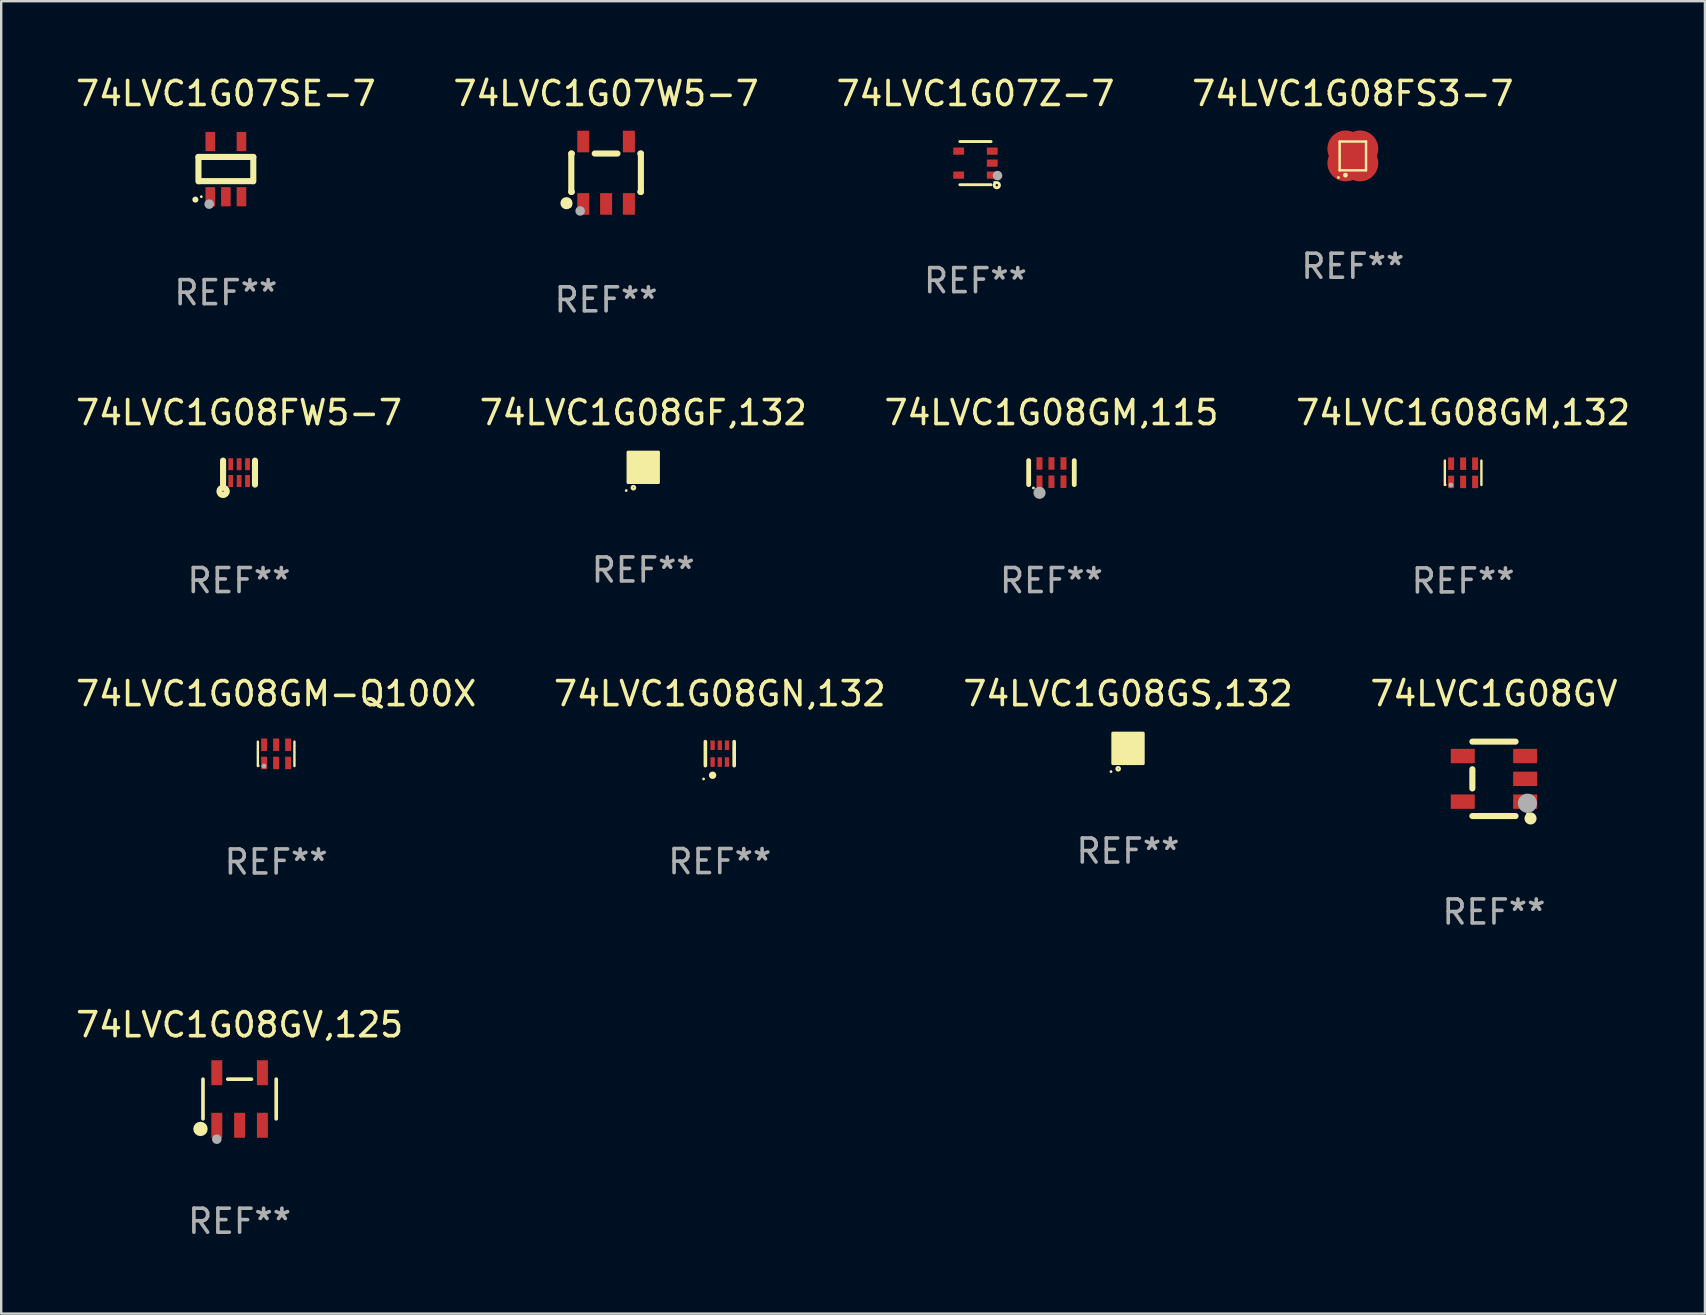
<source format=kicad_pcb>
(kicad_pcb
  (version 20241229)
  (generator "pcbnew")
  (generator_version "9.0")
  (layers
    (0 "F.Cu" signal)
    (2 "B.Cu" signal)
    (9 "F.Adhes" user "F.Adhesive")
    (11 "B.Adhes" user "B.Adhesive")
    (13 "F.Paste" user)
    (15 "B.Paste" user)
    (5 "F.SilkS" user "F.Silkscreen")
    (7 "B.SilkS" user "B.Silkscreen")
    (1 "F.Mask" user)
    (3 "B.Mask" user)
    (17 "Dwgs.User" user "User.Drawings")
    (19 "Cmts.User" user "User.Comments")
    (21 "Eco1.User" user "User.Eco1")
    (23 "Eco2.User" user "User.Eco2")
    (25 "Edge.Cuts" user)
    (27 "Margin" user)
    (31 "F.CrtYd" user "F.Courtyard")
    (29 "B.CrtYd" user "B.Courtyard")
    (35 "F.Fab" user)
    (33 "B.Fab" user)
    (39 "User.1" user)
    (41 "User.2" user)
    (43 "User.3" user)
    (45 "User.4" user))
  (footprint "74LVC1G08GN,132"
    (layer "F.Cu")
    (at 26.946 28.357)
    (property "Reference" "74LVC1G08GN,132" (at 0 -2.5 0) (layer "F.SilkS") (effects (font (size 1 1) (thickness 0.15))))
    (attr through_hole)
    (fp_line (start -0.6 -0.5) (end -0.6 0.5) (stroke (width 0.15) (type solid)) (layer "F.SilkS"))
    (fp_line (start 0.6 0.5) (end 0.6 -0.5) (stroke (width 0.15) (type solid)) (layer "F.SilkS"))
    (fp_circle (center -0.675 1.055) (end -0.645 1.055) (stroke (width 0.06) (type solid)) (fill no) (layer "F.SilkS"))
    (fp_circle (center -0.3 0.9) (end -0.22 0.9) (stroke (width 0.15) (type solid)) (fill no) (layer "F.SilkS"))
    (fp_text user "REF**" (at 0 4.5 0) (layer "F.Fab") (effects (font (size 1 1) (thickness 0.15))))
    (pad "1" smd rect (at -0.3 0.35) (size 0.18 0.4) (layers "F.Cu" "F.Mask" "F.Paste"))
    (pad "2" smd rect (at 0.000025 0.35) (size 0.18 0.4) (layers "F.Cu" "F.Mask" "F.Paste"))
    (pad "3" smd rect (at 0.3 0.35) (size 0.18 0.4) (layers "F.Cu" "F.Mask" "F.Paste"))
    (pad "4" smd rect (at 0.3 -0.35) (size 0.18 0.4) (layers "F.Cu" "F.Mask" "F.Paste"))
    (pad "5" smd rect (at 0.000025 -0.35) (size 0.18 0.4) (layers "F.Cu" "F.Mask" "F.Paste"))
    (pad "6" smd rect (at -0.3 -0.35) (size 0.18 0.4) (layers "F.Cu" "F.Mask" "F.Paste")))
  (footprint "74LVC1G08GF,132"
    (layer "F.Cu")
    (at 23.756 16.425)
    (property "Reference" "74LVC1G08GF,132" (at 0 -2.28 0) (layer "F.SilkS") (effects (font (size 1 1) (thickness 0.15))))
    (attr through_hole)
    (fp_circle (center -0.71 0.968) (end -0.68 0.968) (stroke (width 0.06) (type solid)) (fill no) (layer "F.SilkS"))
    (fp_circle (center -0.41 0.85) (end -0.342 0.85) (stroke (width 0.1) (type solid)) (fill no) (layer "F.SilkS"))
    (fp_poly (pts (xy -0.635 -0.635) (xy 0.635 -0.635) (xy 0.635 0.635) (xy -0.635 0.635)) (stroke (width 0.12) (type solid)) (fill yes) (layer "F.SilkS"))
    (fp_text user "REF**" (at 0 4.28 0) (layer "F.Fab") (effects (font (size 1 1) (thickness 0.15))))
    (pad "1" smd rect (at -0.35 0.28 90) (size 0.35 0.2) (layers "F.Cu" "F.Mask" "F.Paste"))
    (pad "2" smd rect (at 0 0.28 90) (size 0.35 0.2) (layers "F.Cu" "F.Mask" "F.Paste"))
    (pad "3" smd rect (at 0.35 0.28 90) (size 0.35 0.2) (layers "F.Cu" "F.Mask" "F.Paste"))
    (pad "4" smd rect (at 0.35 -0.28 90) (size 0.35 0.2) (layers "F.Cu" "F.Mask" "F.Paste"))
    (pad "5" smd rect (at 0 -0.28 90) (size 0.35 0.2) (layers "F.Cu" "F.Mask" "F.Paste"))
    (pad "6" smd rect (at -0.35 -0.28 90) (size 0.35 0.2) (layers "F.Cu" "F.Mask" "F.Paste")))
  (footprint "74LVC1G08GM,115"
    (layer "F.Cu")
    (at 40.768 16.645)
    (property "Reference" "74LVC1G08GM,115" (at 0 -2.5 0) (layer "F.SilkS") (effects (font (size 1 1) (thickness 0.15))))
    (attr through_hole)
    (fp_line (start -0.95 0.5) (end -0.95 -0.5) (stroke (width 0.2) (type solid)) (layer "F.SilkS"))
    (fp_line (start 0.95 0.5) (end 0.95 -0.5) (stroke (width 0.2) (type solid)) (layer "F.SilkS"))
    (fp_circle (center -0.75 0.64) (end -0.72 0.64) (stroke (width 0.06) (type solid)) (fill no) (layer "F.SilkS"))
    (fp_circle (center -0.498 0.842) (end -0.371 0.842) (stroke (width 0.254) (type solid)) (fill no) (layer "F.Fab"))
    (fp_text user "REF**" (at 0 4.5 0) (layer "F.Fab") (effects (font (size 1 1) (thickness 0.15))))
    (pad "1" smd rect (at -0.5 0.38) (size 0.25 0.52) (layers "F.Cu" "F.Mask" "F.Paste"))
    (pad "2" smd rect (at 0 0.38) (size 0.25 0.52) (layers "F.Cu" "F.Mask" "F.Paste"))
    (pad "3" smd rect (at 0.5 0.38) (size 0.25 0.52) (layers "F.Cu" "F.Mask" "F.Paste"))
    (pad "4" smd rect (at 0.5 -0.38 180) (size 0.25 0.52) (layers "F.Cu" "F.Mask" "F.Paste"))
    (pad "5" smd rect (at 0 -0.38 180) (size 0.25 0.52) (layers "F.Cu" "F.Mask" "F.Paste"))
    (pad "6" smd rect (at -0.5 -0.38 180) (size 0.25 0.52) (layers "F.Cu" "F.Mask" "F.Paste")))
  (footprint "74LVC1G08GV,125"
    (layer "F.Cu")
    (at 6.935 42.749)
    (property "Reference" "74LVC1G08GV,125" (at 0 -3.095 0) (layer "F.SilkS") (effects (font (size 1 1) (thickness 0.15))))
    (attr through_hole)
    (fp_line (start -1.526 0.826) (end -1.526 -0.826) (stroke (width 0.152) (type solid)) (layer "F.SilkS"))
    (fp_line (start 0.494 -0.826) (end -0.494 -0.826) (stroke (width 0.152) (type solid)) (layer "F.SilkS"))
    (fp_line (start 1.526 0.826) (end 1.526 -0.826) (stroke (width 0.152) (type solid)) (layer "F.SilkS"))
    (fp_circle (center -1.63 1.247) (end -1.48 1.247) (stroke (width 0.3) (type solid)) (fill no) (layer "F.SilkS"))
    (fp_circle (center -1.45 1.375) (end -1.42 1.375) (stroke (width 0.06) (type solid)) (fill no) (layer "F.SilkS"))
    (fp_circle (center -0.95 1.675) (end -0.85 1.675) (stroke (width 0.2) (type solid)) (fill no) (layer "F.Fab"))
    (fp_text user "REF**" (at 0 5.095 0) (layer "F.Fab") (effects (font (size 1 1) (thickness 0.15))))
    (pad "1" smd rect (at -0.95 1.095) (size 0.455 1.04) (layers "F.Cu" "F.Mask" "F.Paste"))
    (pad "2" smd rect (at 0 1.095) (size 0.455 1.04) (layers "F.Cu" "F.Mask" "F.Paste"))
    (pad "3" smd rect (at 0.95 1.095) (size 0.455 1.04) (layers "F.Cu" "F.Mask" "F.Paste"))
    (pad "4" smd rect (at 0.95 -1.095) (size 0.455 1.04) (layers "F.Cu" "F.Mask" "F.Paste"))
    (pad "5" smd rect (at -0.95 -1.095) (size 0.455 1.04) (layers "F.Cu" "F.Mask" "F.Paste")))
  (footprint "74LVC1G08GM-Q100X"
    (layer "F.Cu")
    (at 8.458 28.365)
    (property "Reference" "74LVC1G08GM-Q100X" (at 0 -2.508 0) (layer "F.SilkS") (effects (font (size 1 1) (thickness 0.15))))
    (attr through_hole)
    (fp_line (start -0.762 -0.508) (end -0.762 0.508) (stroke (width 0.1) (type solid)) (layer "F.SilkS"))
    (fp_line (start 0.762 -0.508) (end 0.762 0.508) (stroke (width 0.1) (type solid)) (layer "F.SilkS"))
    (fp_circle (center -0.725 0.5) (end -0.705 0.5) (stroke (width 0.04) (type solid)) (fill no) (layer "F.SilkS"))
    (fp_circle (center -0.508 0.508) (end -0.458 0.508) (stroke (width 0.1) (type solid)) (fill no) (layer "F.Fab"))
    (fp_text user "REF**" (at 0 4.508 0) (layer "F.Fab") (effects (font (size 1 1) (thickness 0.15))))
    (pad "1" smd rect (at -0.5 0.38) (size 0.25 0.52) (layers "F.Cu" "F.Mask" "F.Paste"))
    (pad "2" smd rect (at -0.000127 0.38) (size 0.25 0.52) (layers "F.Cu" "F.Mask" "F.Paste"))
    (pad "3" smd rect (at 0.5 0.38) (size 0.25 0.52) (layers "F.Cu" "F.Mask" "F.Paste"))
    (pad "4" smd rect (at 0.5 -0.38 180) (size 0.25 0.52) (layers "F.Cu" "F.Mask" "F.Paste"))
    (pad "5" smd rect (at -0.000127 -0.38 180) (size 0.25 0.52) (layers "F.Cu" "F.Mask" "F.Paste"))
    (pad "6" smd rect (at -0.5 -0.38 180) (size 0.25 0.52) (layers "F.Cu" "F.Mask" "F.Paste")))
  (footprint "74LVC1G08GS,132"
    (layer "F.Cu")
    (at 43.958 28.137)
    (property "Reference" "74LVC1G08GS,132" (at 0 -2.28 0) (layer "F.SilkS") (effects (font (size 1 1) (thickness 0.15))))
    (attr through_hole)
    (fp_circle (center -0.71 0.968) (end -0.68 0.968) (stroke (width 0.06) (type solid)) (fill no) (layer "F.SilkS"))
    (fp_circle (center -0.41 0.85) (end -0.342 0.85) (stroke (width 0.1) (type solid)) (fill no) (layer "F.SilkS"))
    (fp_poly (pts (xy -0.635 -0.635) (xy 0.635 -0.635) (xy 0.635 0.635) (xy -0.635 0.635)) (stroke (width 0.12) (type solid)) (fill yes) (layer "F.SilkS"))
    (fp_text user "REF**" (at 0 4.28 0) (layer "F.Fab") (effects (font (size 1 1) (thickness 0.15))))
    (pad "1" smd rect (at -0.35 0.28 90) (size 0.35 0.2) (layers "F.Cu" "F.Mask" "F.Paste"))
    (pad "2" smd rect (at 0 0.28 90) (size 0.35 0.2) (layers "F.Cu" "F.Mask" "F.Paste"))
    (pad "3" smd rect (at 0.35 0.28 90) (size 0.35 0.2) (layers "F.Cu" "F.Mask" "F.Paste"))
    (pad "4" smd rect (at 0.35 -0.28 90) (size 0.35 0.2) (layers "F.Cu" "F.Mask" "F.Paste"))
    (pad "5" smd rect (at 0 -0.28 90) (size 0.35 0.2) (layers "F.Cu" "F.Mask" "F.Paste"))
    (pad "6" smd rect (at -0.35 -0.28 90) (size 0.35 0.2) (layers "F.Cu" "F.Mask" "F.Paste")))
  (footprint "74LVC1G07Z-7"
    (layer "F.Cu")
    (at 37.601 3.748)
    (property "Reference" "74LVC1G07Z-7" (at 0 -2.9 0) (layer "F.SilkS") (effects (font (size 1 1) (thickness 0.15))))
    (attr through_hole)
    (fp_line (start -0.65 -0.9) (end 0.65 -0.9) (stroke (width 0.12) (type solid)) (layer "F.SilkS"))
    (fp_line (start -0.65 0.9) (end 0.65 0.9) (stroke (width 0.12) (type solid)) (layer "F.SilkS"))
    (fp_circle (center 0.8 0.8) (end 0.83 0.8) (stroke (width 0.06) (type solid)) (fill no) (layer "F.SilkS"))
    (fp_circle (center 0.89 0.92) (end 0.94 0.92) (stroke (width 0.12) (type solid)) (fill no) (layer "F.SilkS"))
    (fp_circle (center 0.92 0.52) (end 1.02 0.52) (stroke (width 0.2) (type solid)) (fill no) (layer "F.Fab"))
    (fp_text user "REF**" (at 0 4.9 0) (layer "F.Fab") (effects (font (size 1 1) (thickness 0.15))))
    (pad "1" smd rect (at 0.7 0.5) (size 0.45 0.3) (layers "F.Cu" "F.Mask" "F.Paste"))
    (pad "2" smd rect (at 0.7 -0.000356) (size 0.45 0.3) (layers "F.Cu" "F.Mask" "F.Paste"))
    (pad "3" smd rect (at 0.7 -0.5) (size 0.45 0.3) (layers "F.Cu" "F.Mask" "F.Paste"))
    (pad "4" smd rect (at -0.7 -0.5) (size 0.45 0.3) (layers "F.Cu" "F.Mask" "F.Paste"))
    (pad "5" smd rect (at -0.7 0.5) (size 0.45 0.3) (layers "F.Cu" "F.Mask" "F.Paste")))
  (footprint "74LVC1G07W5-7"
    (layer "F.Cu")
    (at 22.208 4.148)
    (property "Reference" "74LVC1G07W5-7" (at 0 -3.3 0) (layer "F.SilkS") (effects (font (size 1 1) (thickness 0.15))))
    (attr through_hole)
    (fp_line (start -1.45 0.8) (end -1.45 -0.8) (stroke (width 0.254) (type solid)) (layer "F.SilkS"))
    (fp_line (start -1.45 0.8) (end -1.426 0.8) (stroke (width 0.254) (type solid)) (layer "F.SilkS"))
    (fp_line (start -1.426 -0.8) (end -1.45 -0.8) (stroke (width 0.254) (type solid)) (layer "F.SilkS"))
    (fp_line (start 0.474 -0.8) (end -0.474 -0.8) (stroke (width 0.254) (type solid)) (layer "F.SilkS"))
    (fp_line (start 1.426 0.8) (end 1.45 0.8) (stroke (width 0.254) (type solid)) (layer "F.SilkS"))
    (fp_line (start 1.45 -0.8) (end 1.426 -0.8) (stroke (width 0.254) (type solid)) (layer "F.SilkS"))
    (fp_line (start 1.45 0.8) (end 1.45 -0.8) (stroke (width 0.254) (type solid)) (layer "F.SilkS"))
    (fp_circle (center -1.651 1.27) (end -1.524 1.27) (stroke (width 0.254) (type solid)) (fill no) (layer "F.SilkS"))
    (fp_circle (center -1.5 1.4) (end -1.47 1.4) (stroke (width 0.06) (type solid)) (fill no) (layer "F.SilkS"))
    (fp_circle (center -1.081 1.593) (end -0.981 1.593) (stroke (width 0.2) (type solid)) (fill no) (layer "F.Fab"))
    (fp_text user "REF**" (at 0 5.3 0) (layer "F.Fab") (effects (font (size 1 1) (thickness 0.15))))
    (pad "1" smd rect (at -0.95 1.3) (size 0.5 0.9) (layers "F.Cu" "F.Mask" "F.Paste"))
    (pad "2" smd rect (at 0 1.3) (size 0.5 0.9) (layers "F.Cu" "F.Mask" "F.Paste"))
    (pad "3" smd rect (at 0.95 1.3) (size 0.5 0.9) (layers "F.Cu" "F.Mask" "F.Paste"))
    (pad "4" smd rect (at 0.95 -1.3) (size 0.5 0.9) (layers "F.Cu" "F.Mask" "F.Paste"))
    (pad "5" smd rect (at -0.95 -1.3) (size 0.5 0.9) (layers "F.Cu" "F.Mask" "F.Paste")))
  (footprint "74LVC1G08FW5-7"
    (layer "F.Cu")
    (at 6.911 16.645)
    (property "Reference" "74LVC1G08FW5-7" (at 0 -2.5 0) (layer "F.SilkS") (effects (font (size 1 1) (thickness 0.15))))
    (attr through_hole)
    (fp_line (start -0.665 0.5) (end -0.665 -0.5) (stroke (width 0.254) (type solid)) (layer "F.SilkS"))
    (fp_line (start 0.665 0.5) (end 0.665 -0.5) (stroke (width 0.254) (type solid)) (layer "F.SilkS"))
    (fp_circle (center -0.817 0.933) (end -0.787 0.933) (stroke (width 0.06) (type solid)) (fill no) (layer "F.SilkS"))
    (fp_circle (center -0.665 0.78) (end -0.64 0.78) (stroke (width 0.254) (type solid)) (fill no) (layer "F.SilkS"))
    (fp_text user "REF**" (at 0 4.5 0) (layer "F.Fab") (effects (font (size 1 1) (thickness 0.15))))
    (pad "1" smd rect (at -0.345 0.35 180) (size 0.2 0.5) (layers "F.Cu" "F.Mask" "F.Paste"))
    (pad "2" smd rect (at 0.005 0.35 180) (size 0.2 0.5) (layers "F.Cu" "F.Mask" "F.Paste"))
    (pad "3" smd rect (at 0.355 0.35 180) (size 0.2 0.5) (layers "F.Cu" "F.Mask" "F.Paste"))
    (pad "4" smd rect (at 0.355 -0.35 180) (size 0.2 0.5) (layers "F.Cu" "F.Mask" "F.Paste"))
    (pad "5" smd rect (at 0.005 -0.35 180) (size 0.2 0.5) (layers "F.Cu" "F.Mask" "F.Paste"))
    (pad "6" smd rect (at -0.345 -0.35 180) (size 0.2 0.5) (layers "F.Cu" "F.Mask" "F.Paste")))
  (footprint "74LVC1G08FS3-7"
    (layer "F.Cu")
    (at 53.327 3.448)
    (property "Reference" "74LVC1G08FS3-7" (at 0 -2.6 0) (layer "F.SilkS") (effects (font (size 1 1) (thickness 0.15))))
    (attr through_hole)
    (fp_line (start -0.55 -0.6) (end -0.55 0.6) (stroke (width 0.102) (type solid)) (layer "F.SilkS"))
    (fp_line (start 0.55 -0.6) (end -0.55 -0.6) (stroke (width 0.102) (type solid)) (layer "F.SilkS"))
    (fp_line (start 0.55 0.6) (end -0.55 0.6) (stroke (width 0.1) (type solid)) (layer "F.SilkS"))
    (fp_line (start 0.55 0.6) (end 0.55 -0.6) (stroke (width 0.1) (type solid)) (layer "F.SilkS"))
    (fp_circle (center -0.601 0.9) (end -0.571 0.9) (stroke (width 0.06) (type solid)) (fill no) (layer "F.SilkS"))
    (fp_circle (center -0.31 0.8) (end -0.26 0.8) (stroke (width 0.1) (type solid)) (fill no) (layer "F.SilkS"))
    (fp_text user "REF**" (at 0 4.6 0) (layer "F.Fab") (effects (font (size 1 1) (thickness 0.15))))
    (pad "1" smd custom (at -0.3 0.3 270) (size 1.524 1.524) (layers "F.Cu" "F.Mask" "F.Paste") (options (anchor circle)) (primitives (gr_poly (pts (xy -0.1 -0.2) (xy 0.012 -0.2) (xy 0.25 0.038) (xy 0.25 0.15) (xy -0.1 0.15)) (width 0) (fill yes))))
    (pad "2" smd custom (at 0.3 0.3 270) (size 1.524 1.524) (layers "F.Cu" "F.Mask" "F.Paste") (options (anchor circle)) (primitives (gr_poly (pts (xy 0.1 -0.2) (xy 0.1 0.15) (xy -0.25 0.15) (xy -0.25 0.038) (xy -0.012 -0.2)) (width 0) (fill yes))))
    (pad "3" smd rect (at 0.000102 -0.000102 315) (size 0.35 0.35) (layers "F.Cu" "F.Mask" "F.Paste"))
    (pad "4" smd custom (at 0.3 -0.3 270) (size 1.524 1.524) (layers "F.Cu" "F.Mask" "F.Paste") (options (anchor circle)) (primitives (gr_poly (pts (xy 0.1 -0.15) (xy 0.1 0.2) (xy -0.012 0.2) (xy -0.25 -0.038) (xy -0.25 -0.15)) (width 0) (fill yes))))
    (pad "5" smd custom (at -0.3 -0.3 270) (size 1.524 1.524) (layers "F.Cu" "F.Mask" "F.Paste") (options (anchor circle)) (primitives (gr_poly (pts (xy 0.25 -0.15) (xy 0.25 -0.03) (xy 0.012 0.2) (xy -0.1 0.2) (xy -0.1 -0.15)) (width 0) (fill yes)))))
  (footprint "74LVC1G08GV"
    (layer "F.Cu")
    (at 59.208 29.407)
    (property "Reference" "74LVC1G08GV" (at 0 -3.55 0) (layer "F.SilkS") (effects (font (size 1 1) (thickness 0.15))))
    (attr through_hole)
    (fp_line (start -0.9 -1.55) (end 0.9 -1.55) (stroke (width 0.254) (type solid)) (layer "F.SilkS"))
    (fp_line (start -0.9 0.4) (end -0.9 -0.4) (stroke (width 0.254) (type solid)) (layer "F.SilkS"))
    (fp_line (start -0.9 1.55) (end 0.9 1.55) (stroke (width 0.254) (type solid)) (layer "F.SilkS"))
    (fp_circle (center 1.4 1.45) (end 1.43 1.45) (stroke (width 0.06) (type solid)) (fill no) (layer "F.SilkS"))
    (fp_circle (center 1.524 1.651) (end 1.651 1.651) (stroke (width 0.254) (type solid)) (fill no) (layer "F.SilkS"))
    (fp_circle (center 1.397 1.016) (end 1.597 1.016) (stroke (width 0.4) (type solid)) (fill no) (layer "F.Fab"))
    (fp_text user "REF**" (at 0 5.55 0) (layer "F.Fab") (effects (font (size 1 1) (thickness 0.15))))
    (pad "1" smd rect (at 1.3 0.95) (size 1 0.6) (layers "F.Cu" "F.Mask" "F.Paste"))
    (pad "2" smd rect (at 1.3 -0.000051) (size 1 0.6) (layers "F.Cu" "F.Mask" "F.Paste"))
    (pad "3" smd rect (at 1.3 -0.95) (size 1 0.6) (layers "F.Cu" "F.Mask" "F.Paste"))
    (pad "4" smd rect (at -1.3 -0.95) (size 1 0.6) (layers "F.Cu" "F.Mask" "F.Paste"))
    (pad "5" smd rect (at -1.3 0.95) (size 1 0.6) (layers "F.Cu" "F.Mask" "F.Paste")))
  (footprint "74LVC1G08GM,132"
    (layer "F.Cu")
    (at 57.923 16.653)
    (property "Reference" "74LVC1G08GM,132" (at 0 -2.508 0) (layer "F.SilkS") (effects (font (size 1 1) (thickness 0.15))))
    (attr through_hole)
    (fp_line (start -0.762 -0.508) (end -0.762 0.508) (stroke (width 0.1) (type solid)) (layer "F.SilkS"))
    (fp_line (start 0.762 -0.508) (end 0.762 0.508) (stroke (width 0.1) (type solid)) (layer "F.SilkS"))
    (fp_circle (center -0.725 0.5) (end -0.705 0.5) (stroke (width 0.04) (type solid)) (fill no) (layer "F.SilkS"))
    (fp_circle (center -0.508 0.508) (end -0.458 0.508) (stroke (width 0.1) (type solid)) (fill no) (layer "F.Fab"))
    (fp_text user "REF**" (at 0 4.508 0) (layer "F.Fab") (effects (font (size 1 1) (thickness 0.15))))
    (pad "1" smd rect (at -0.5 0.38) (size 0.25 0.52) (layers "F.Cu" "F.Mask" "F.Paste"))
    (pad "2" smd rect (at -0.000127 0.38) (size 0.25 0.52) (layers "F.Cu" "F.Mask" "F.Paste"))
    (pad "3" smd rect (at 0.5 0.38) (size 0.25 0.52) (layers "F.Cu" "F.Mask" "F.Paste"))
    (pad "4" smd rect (at 0.5 -0.38 180) (size 0.25 0.52) (layers "F.Cu" "F.Mask" "F.Paste"))
    (pad "5" smd rect (at -0.000127 -0.38 180) (size 0.25 0.52) (layers "F.Cu" "F.Mask" "F.Paste"))
    (pad "6" smd rect (at -0.5 -0.38 180) (size 0.25 0.52) (layers "F.Cu" "F.Mask" "F.Paste")))
  (footprint "74LVC1G07SE-7"
    (layer "F.Cu")
    (at 6.363 3.998)
    (property "Reference" "74LVC1G07SE-7" (at 0 -3.15 0) (layer "F.SilkS") (effects (font (size 1 1) (thickness 0.15))))
    (attr through_hole)
    (fp_line (start -1.143 -0.508) (end -1.143 0.508) (stroke (width 0.254) (type solid)) (layer "F.SilkS"))
    (fp_line (start -1.1 0.5) (end 1.1 0.5) (stroke (width 0.254) (type solid)) (layer "F.SilkS"))
    (fp_line (start 1.143 -0.508) (end -1.143 -0.508) (stroke (width 0.254) (type solid)) (layer "F.SilkS"))
    (fp_line (start 1.143 0.508) (end 1.143 -0.508) (stroke (width 0.254) (type solid)) (layer "F.SilkS"))
    (fp_arc (start -1.272543 1.26999) (mid -1.271273 1.269983) (end -1.270003 1.26999) (stroke (width 0.24892) (type solid)) (layer "F.SilkS"))
    (fp_circle (center -1.024 1.149) (end -0.994 1.149) (stroke (width 0.06) (type solid)) (fill no) (layer "F.SilkS"))
    (fp_circle (center -0.695 1.459) (end -0.595 1.459) (stroke (width 0.2) (type solid)) (fill no) (layer "F.Fab"))
    (fp_text user "REF**" (at 0 5.15 0) (layer "F.Fab") (effects (font (size 1 1) (thickness 0.15))))
    (pad "1" smd rect (at -0.65 1.15) (size 0.4 0.8) (layers "F.Cu" "F.Mask" "F.Paste"))
    (pad "2" smd rect (at 0 1.15) (size 0.4 0.8) (layers "F.Cu" "F.Mask" "F.Paste"))
    (pad "3" smd rect (at 0.65 1.15) (size 0.4 0.8) (layers "F.Cu" "F.Mask" "F.Paste"))
    (pad "4" smd rect (at 0.65 -1.15) (size 0.4 0.8) (layers "F.Cu" "F.Mask" "F.Paste"))
    (pad "5" smd rect (at -0.65 -1.15) (size 0.4 0.8) (layers "F.Cu" "F.Mask" "F.Paste")))
  (gr_rect
    (start -3 -3)
    (end 68 51.692)
    (stroke (width 0.1) (type default))
    (fill no)
    (layer "Edge.Cuts")))
</source>
